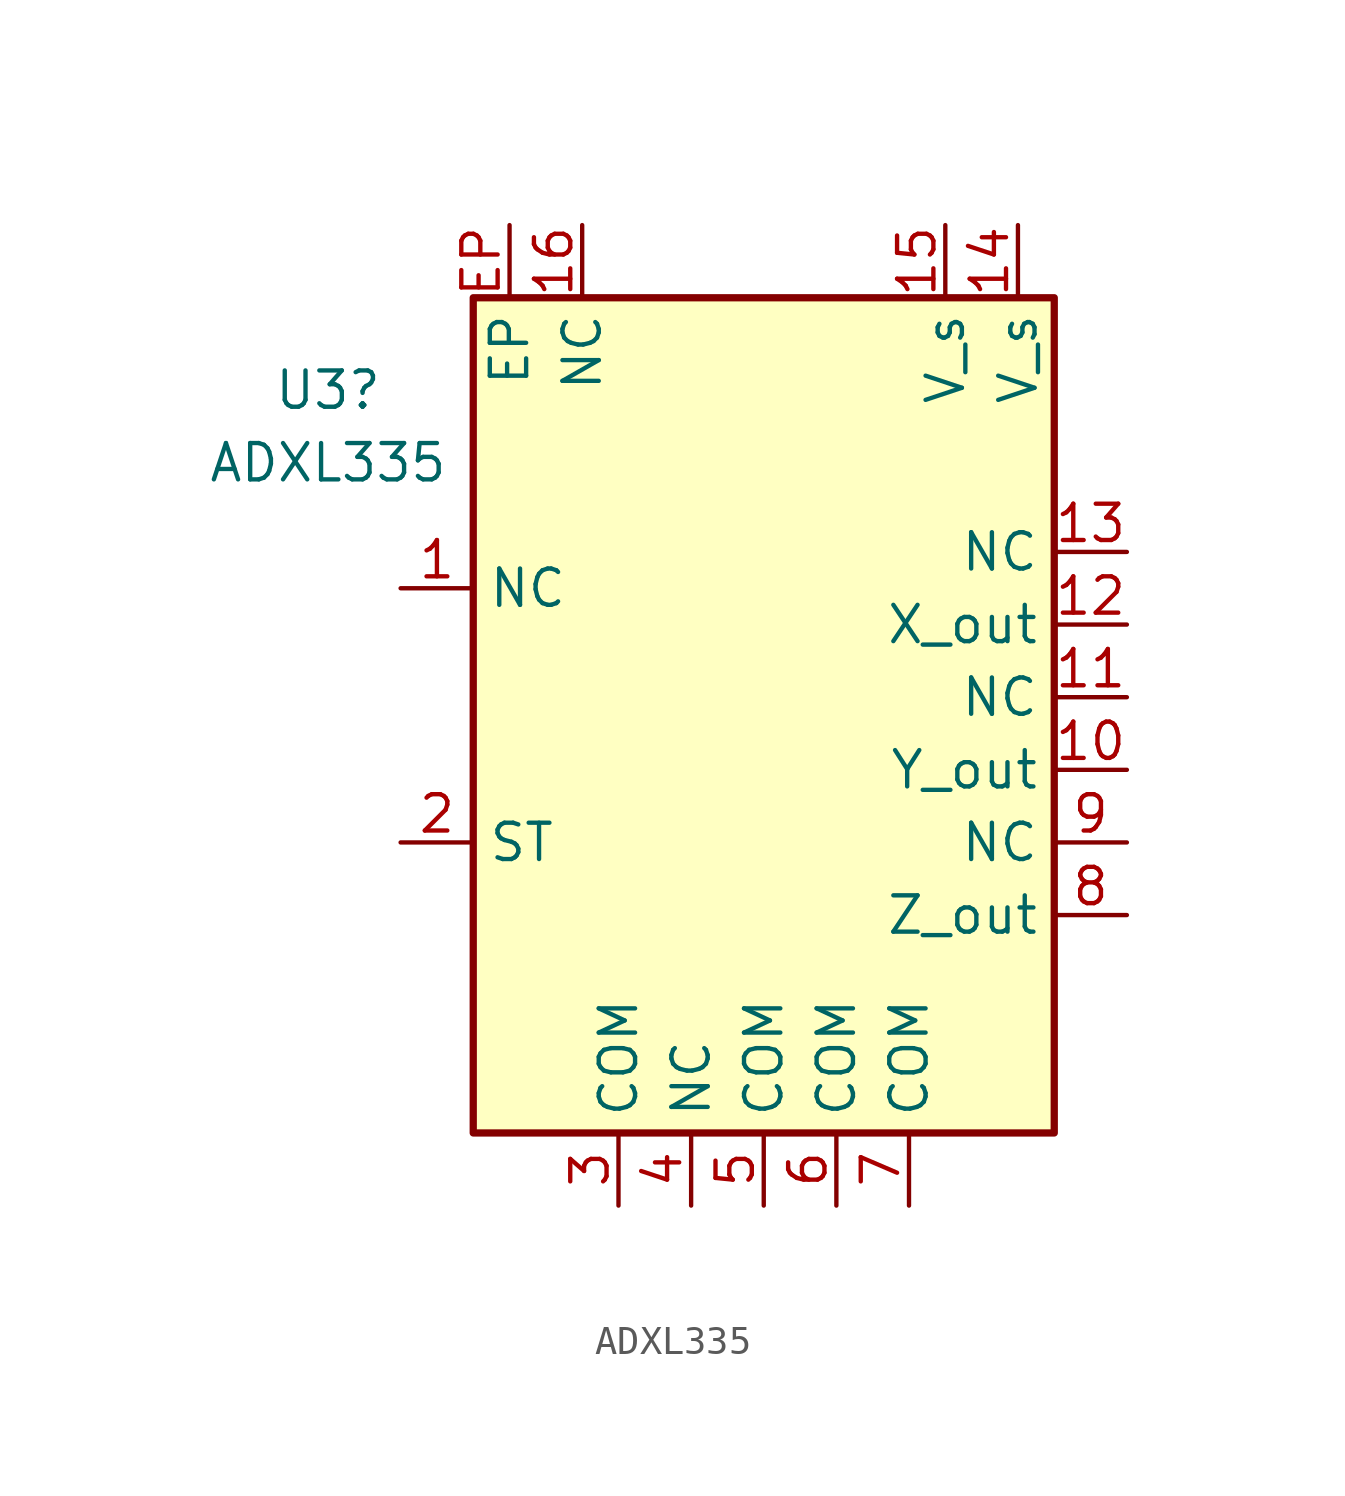
<source format=kicad_sym>
(kicad_symbol_lib
  (version 20220914)
  (generator kicad_symbol_editor)
  (symbol "ADXL335"
    (property "Reference" "U3"
      (at -15.24 10.738 0)
      (effects (font (size 1.27 1.27))))
    (property "Value" "ADXL335"
      (at -15.24 8.198 0)
      (effects (font (size 1.27 1.27))))
    (symbol "ADXL335_0_1"
      (rectangle (start -10.16 13.97) (end 10.16 -15.24) (stroke (width 0.254) (type default)) (fill (type background))))
    (symbol "ADXL335_1_0"
      (pin power_in line (at 6.35 16.51 270) (length 2.54) (name "V_s" (effects (font (size 1.27 1.27)))) (number "15" (effects (font (size 1.27 1.27)))))
      (pin unspecified line (at -6.35 16.51 270) (length 2.54) (name "NC" (effects (font (size 1.27 1.27)))) (number "16" (effects (font (size 1.27 1.27)))))
      (pin unspecified line (at -8.89 16.51 270) (length 2.54) (name "EP" (effects (font (size 1.27 1.27)))) (number "EP" (effects (font (size 1.27 1.27))))))
    (symbol "ADXL335_1_1"
      (pin unspecified line (at -12.7 3.81 0) (length 2.54) (name "NC" (effects (font (size 1.27 1.27)))) (number "1" (effects (font (size 1.27 1.27)))))
      (pin output line (at 12.7 -2.54 180) (length 2.54) (name "Y_out" (effects (font (size 1.27 1.27)))) (number "10" (effects (font (size 1.27 1.27)))))
      (pin unspecified line (at 12.7 0 180) (length 2.54) (name "NC" (effects (font (size 1.27 1.27)))) (number "11" (effects (font (size 1.27 1.27)))))
      (pin output line (at 12.7 2.54 180) (length 2.54) (name "X_out" (effects (font (size 1.27 1.27)))) (number "12" (effects (font (size 1.27 1.27)))))
      (pin unspecified line (at 12.7 5.08 180) (length 2.54) (name "NC" (effects (font (size 1.27 1.27)))) (number "13" (effects (font (size 1.27 1.27)))))
      (pin power_in line (at 8.89 16.51 270) (length 2.54) (name "V_s" (effects (font (size 1.27 1.27)))) (number "14" (effects (font (size 1.27 1.27)))))
      (pin input line (at -12.7 -5.08 0) (length 2.54) (name "ST" (effects (font (size 1.27 1.27)))) (number "2" (effects (font (size 1.27 1.27)))))
      (pin power_in line (at -5.08 -17.78 90) (length 2.54) (name "COM" (effects (font (size 1.27 1.27)))) (number "3" (effects (font (size 1.27 1.27)))))
      (pin unspecified line (at -2.54 -17.78 90) (length 2.54) (name "NC" (effects (font (size 1.27 1.27)))) (number "4" (effects (font (size 1.27 1.27)))))
      (pin power_in line (at 0 -17.78 90) (length 2.54) (name "COM" (effects (font (size 1.27 1.27)))) (number "5" (effects (font (size 1.27 1.27)))))
      (pin power_in line (at 2.54 -17.78 90) (length 2.54) (name "COM" (effects (font (size 1.27 1.27)))) (number "6" (effects (font (size 1.27 1.27)))))
      (pin power_in line (at 5.08 -17.78 90) (length 2.54) (name "COM" (effects (font (size 1.27 1.27)))) (number "7" (effects (font (size 1.27 1.27)))))
      (pin output line (at 12.7 -7.62 180) (length 2.54) (name "Z_out" (effects (font (size 1.27 1.27)))) (number "8" (effects (font (size 1.27 1.27)))))
      (pin unspecified line (at 12.7 -5.08 180) (length 2.54) (name "NC" (effects (font (size 1.27 1.27)))) (number "9" (effects (font (size 1.27 1.27))))))))
</source>
